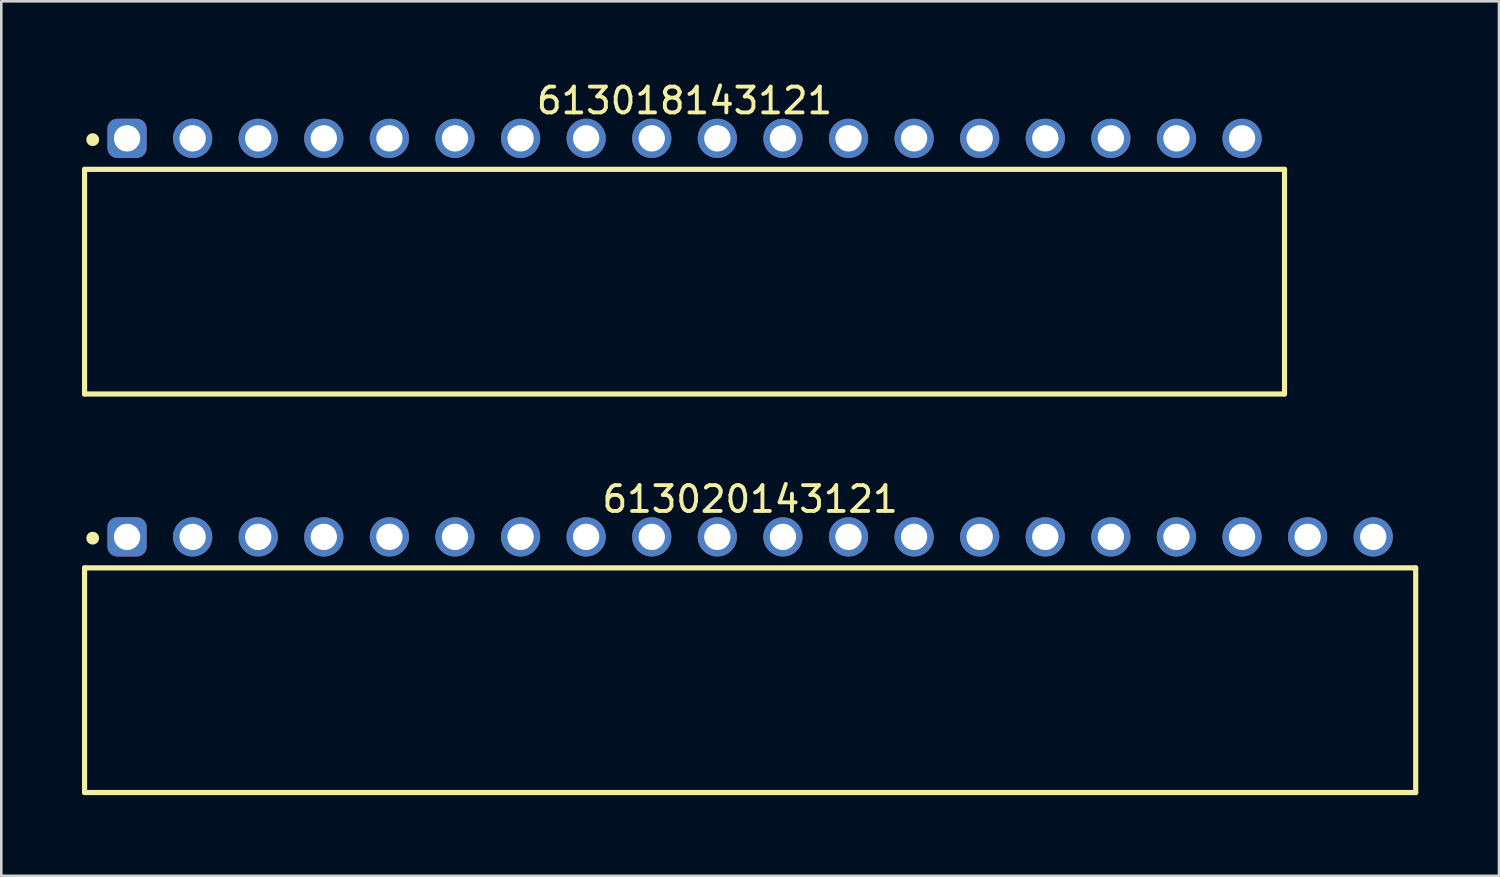
<source format=kicad_pcb>
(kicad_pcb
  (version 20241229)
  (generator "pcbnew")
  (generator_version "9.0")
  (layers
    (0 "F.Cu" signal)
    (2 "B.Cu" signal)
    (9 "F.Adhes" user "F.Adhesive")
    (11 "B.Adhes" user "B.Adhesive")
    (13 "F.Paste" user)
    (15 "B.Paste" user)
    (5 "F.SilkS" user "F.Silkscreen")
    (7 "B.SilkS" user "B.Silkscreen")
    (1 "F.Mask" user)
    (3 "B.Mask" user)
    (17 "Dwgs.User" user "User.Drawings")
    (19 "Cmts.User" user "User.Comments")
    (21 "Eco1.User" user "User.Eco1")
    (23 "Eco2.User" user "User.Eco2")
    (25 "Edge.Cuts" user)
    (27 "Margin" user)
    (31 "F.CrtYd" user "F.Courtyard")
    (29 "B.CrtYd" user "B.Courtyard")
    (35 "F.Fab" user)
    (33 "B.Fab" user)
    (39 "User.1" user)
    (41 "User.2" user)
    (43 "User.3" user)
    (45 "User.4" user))
  (footprint "613020143121"
    (layer "F.Cu")
    (at 26 23.292)
    (property "Reference" "613020143121" (at 0 -7.01 0) (layer "F.SilkS") (effects (font (size 1 1) (thickness 0.15))))
    (fp_line (start -25.775 -4.35) (end 25.775 -4.35) (stroke (width 0.2) (type solid)) (layer "F.SilkS"))
    (fp_line (start -25.775 4.35) (end -25.775 -4.35) (stroke (width 0.2) (type solid)) (layer "F.SilkS"))
    (fp_line (start -25.775 4.35) (end 25.775 4.35) (stroke (width 0.2) (type solid)) (layer "F.SilkS"))
    (fp_line (start 25.775 4.35) (end 25.775 -4.35) (stroke (width 0.2) (type solid)) (layer "F.SilkS"))
    (fp_circle (center -25.46 -5.5) (end -25.46 -5.625) (stroke (width 0.25) (type solid)) (fill no) (layer "F.SilkS"))
    (fp_line (start -25.975 -6.51) (end 25.975 -6.51) (stroke (width 0.05) (type solid)) (layer "Eco2.User"))
    (fp_line (start -25.975 4.55) (end -25.975 -6.51) (stroke (width 0.05) (type solid)) (layer "Eco2.User"))
    (fp_line (start -25.975 4.55) (end 25.975 4.55) (stroke (width 0.05) (type solid)) (layer "Eco2.User"))
    (fp_line (start -25.65 -4.25) (end 25.65 -4.25) (stroke (width 0.1) (type solid)) (layer "Eco2.User"))
    (fp_line (start -25.65 4.25) (end -25.65 -4.25) (stroke (width 0.1) (type solid)) (layer "Eco2.User"))
    (fp_line (start -25.65 4.25) (end 25.65 4.25) (stroke (width 0.1) (type solid)) (layer "Eco2.User"))
    (fp_line (start -24.5 -5.75) (end -23.76 -5.75) (stroke (width 0.1) (type solid)) (layer "Eco2.User"))
    (fp_line (start -24.5 -4.25) (end -24.5 -5.75) (stroke (width 0.1) (type solid)) (layer "Eco2.User"))
    (fp_line (start -23.76 -4.25) (end -23.76 -5.75) (stroke (width 0.1) (type solid)) (layer "Eco2.User"))
    (fp_line (start -21.96 -5.75) (end -21.22 -5.75) (stroke (width 0.1) (type solid)) (layer "Eco2.User"))
    (fp_line (start -21.96 -4.25) (end -21.96 -5.75) (stroke (width 0.1) (type solid)) (layer "Eco2.User"))
    (fp_line (start -21.22 -4.25) (end -21.22 -5.75) (stroke (width 0.1) (type solid)) (layer "Eco2.User"))
    (fp_line (start -19.42 -5.75) (end -18.68 -5.75) (stroke (width 0.1) (type solid)) (layer "Eco2.User"))
    (fp_line (start -19.42 -4.25) (end -19.42 -5.75) (stroke (width 0.1) (type solid)) (layer "Eco2.User"))
    (fp_line (start -18.68 -4.25) (end -18.68 -5.75) (stroke (width 0.1) (type solid)) (layer "Eco2.User"))
    (fp_line (start -16.88 -5.75) (end -16.14 -5.75) (stroke (width 0.1) (type solid)) (layer "Eco2.User"))
    (fp_line (start -16.88 -4.25) (end -16.88 -5.75) (stroke (width 0.1) (type solid)) (layer "Eco2.User"))
    (fp_line (start -16.14 -4.25) (end -16.14 -5.75) (stroke (width 0.1) (type solid)) (layer "Eco2.User"))
    (fp_line (start -14.34 -5.75) (end -13.6 -5.75) (stroke (width 0.1) (type solid)) (layer "Eco2.User"))
    (fp_line (start -14.34 -4.25) (end -14.34 -5.75) (stroke (width 0.1) (type solid)) (layer "Eco2.User"))
    (fp_line (start -13.6 -4.25) (end -13.6 -5.75) (stroke (width 0.1) (type solid)) (layer "Eco2.User"))
    (fp_line (start -11.8 -5.75) (end -11.06 -5.75) (stroke (width 0.1) (type solid)) (layer "Eco2.User"))
    (fp_line (start -11.8 -4.25) (end -11.8 -5.75) (stroke (width 0.1) (type solid)) (layer "Eco2.User"))
    (fp_line (start -11.06 -4.25) (end -11.06 -5.75) (stroke (width 0.1) (type solid)) (layer "Eco2.User"))
    (fp_line (start -9.26 -5.75) (end -8.52 -5.75) (stroke (width 0.1) (type solid)) (layer "Eco2.User"))
    (fp_line (start -9.26 -4.25) (end -9.26 -5.75) (stroke (width 0.1) (type solid)) (layer "Eco2.User"))
    (fp_line (start -8.52 -4.25) (end -8.52 -5.75) (stroke (width 0.1) (type solid)) (layer "Eco2.User"))
    (fp_line (start -6.72 -5.75) (end -5.98 -5.75) (stroke (width 0.1) (type solid)) (layer "Eco2.User"))
    (fp_line (start -6.72 -4.25) (end -6.72 -5.75) (stroke (width 0.1) (type solid)) (layer "Eco2.User"))
    (fp_line (start -5.98 -4.25) (end -5.98 -5.75) (stroke (width 0.1) (type solid)) (layer "Eco2.User"))
    (fp_line (start -4.18 -5.75) (end -3.44 -5.75) (stroke (width 0.1) (type solid)) (layer "Eco2.User"))
    (fp_line (start -4.18 -4.25) (end -4.18 -5.75) (stroke (width 0.1) (type solid)) (layer "Eco2.User"))
    (fp_line (start -3.44 -4.25) (end -3.44 -5.75) (stroke (width 0.1) (type solid)) (layer "Eco2.User"))
    (fp_line (start -1.64 -5.75) (end -0.9 -5.75) (stroke (width 0.1) (type solid)) (layer "Eco2.User"))
    (fp_line (start -1.64 -4.25) (end -1.64 -5.75) (stroke (width 0.1) (type solid)) (layer "Eco2.User"))
    (fp_line (start -0.9 -4.25) (end -0.9 -5.75) (stroke (width 0.1) (type solid)) (layer "Eco2.User"))
    (fp_line (start -0.5 0) (end 0.5 0) (stroke (width 0.05) (type solid)) (layer "Eco2.User"))
    (fp_line (start 0 0.5) (end 0 -0.5) (stroke (width 0.05) (type solid)) (layer "Eco2.User"))
    (fp_line (start 0.9 -5.75) (end 1.64 -5.75) (stroke (width 0.1) (type solid)) (layer "Eco2.User"))
    (fp_line (start 0.9 -4.25) (end 0.9 -5.75) (stroke (width 0.1) (type solid)) (layer "Eco2.User"))
    (fp_line (start 1.64 -4.25) (end 1.64 -5.75) (stroke (width 0.1) (type solid)) (layer "Eco2.User"))
    (fp_line (start 3.44 -5.75) (end 4.18 -5.75) (stroke (width 0.1) (type solid)) (layer "Eco2.User"))
    (fp_line (start 3.44 -4.25) (end 3.44 -5.75) (stroke (width 0.1) (type solid)) (layer "Eco2.User"))
    (fp_line (start 4.18 -4.25) (end 4.18 -5.75) (stroke (width 0.1) (type solid)) (layer "Eco2.User"))
    (fp_line (start 5.98 -5.75) (end 6.72 -5.75) (stroke (width 0.1) (type solid)) (layer "Eco2.User"))
    (fp_line (start 5.98 -4.25) (end 5.98 -5.75) (stroke (width 0.1) (type solid)) (layer "Eco2.User"))
    (fp_line (start 6.72 -4.25) (end 6.72 -5.75) (stroke (width 0.1) (type solid)) (layer "Eco2.User"))
    (fp_line (start 8.52 -5.75) (end 9.26 -5.75) (stroke (width 0.1) (type solid)) (layer "Eco2.User"))
    (fp_line (start 8.52 -4.25) (end 8.52 -5.75) (stroke (width 0.1) (type solid)) (layer "Eco2.User"))
    (fp_line (start 9.26 -4.25) (end 9.26 -5.75) (stroke (width 0.1) (type solid)) (layer "Eco2.User"))
    (fp_line (start 11.06 -5.75) (end 11.8 -5.75) (stroke (width 0.1) (type solid)) (layer "Eco2.User"))
    (fp_line (start 11.06 -4.25) (end 11.06 -5.75) (stroke (width 0.1) (type solid)) (layer "Eco2.User"))
    (fp_line (start 11.8 -4.25) (end 11.8 -5.75) (stroke (width 0.1) (type solid)) (layer "Eco2.User"))
    (fp_line (start 13.6 -5.75) (end 14.34 -5.75) (stroke (width 0.1) (type solid)) (layer "Eco2.User"))
    (fp_line (start 13.6 -4.25) (end 13.6 -5.75) (stroke (width 0.1) (type solid)) (layer "Eco2.User"))
    (fp_line (start 14.34 -4.25) (end 14.34 -5.75) (stroke (width 0.1) (type solid)) (layer "Eco2.User"))
    (fp_line (start 16.14 -5.75) (end 16.88 -5.75) (stroke (width 0.1) (type solid)) (layer "Eco2.User"))
    (fp_line (start 16.14 -4.25) (end 16.14 -5.75) (stroke (width 0.1) (type solid)) (layer "Eco2.User"))
    (fp_line (start 16.88 -4.25) (end 16.88 -5.75) (stroke (width 0.1) (type solid)) (layer "Eco2.User"))
    (fp_line (start 18.68 -5.75) (end 19.42 -5.75) (stroke (width 0.1) (type solid)) (layer "Eco2.User"))
    (fp_line (start 18.68 -4.25) (end 18.68 -5.75) (stroke (width 0.1) (type solid)) (layer "Eco2.User"))
    (fp_line (start 19.42 -4.25) (end 19.42 -5.75) (stroke (width 0.1) (type solid)) (layer "Eco2.User"))
    (fp_line (start 21.22 -5.75) (end 21.96 -5.75) (stroke (width 0.1) (type solid)) (layer "Eco2.User"))
    (fp_line (start 21.22 -4.25) (end 21.22 -5.75) (stroke (width 0.1) (type solid)) (layer "Eco2.User"))
    (fp_line (start 21.96 -4.25) (end 21.96 -5.75) (stroke (width 0.1) (type solid)) (layer "Eco2.User"))
    (fp_line (start 23.76 -5.75) (end 24.5 -5.75) (stroke (width 0.1) (type solid)) (layer "Eco2.User"))
    (fp_line (start 23.76 -4.25) (end 23.76 -5.75) (stroke (width 0.1) (type solid)) (layer "Eco2.User"))
    (fp_line (start 24.5 -4.25) (end 24.5 -5.75) (stroke (width 0.1) (type solid)) (layer "Eco2.User"))
    (fp_line (start 25.65 4.25) (end 25.65 -4.25) (stroke (width 0.1) (type solid)) (layer "Eco2.User"))
    (fp_line (start 25.975 4.55) (end 25.975 -6.51) (stroke (width 0.05) (type solid)) (layer "Eco2.User"))
    (fp_text user "${REFERENCE}" (at 0.15 -0.197 0) (unlocked yes) (layer "User.3") (effects (font (size 1.5 1.5) (thickness 0.15))))
    (pad "1" thru_hole roundrect (at -24.13 -5.55) (size 1.52 1.52) (drill 1.02) (layers "*.Cu" "*.Mask") (roundrect_rratio 0.25))
    (pad "2" thru_hole circle (at -21.59 -5.55) (size 1.52 1.52) (drill 1.02) (layers "*.Cu" "*.Mask"))
    (pad "3" thru_hole circle (at -19.05 -5.55) (size 1.52 1.52) (drill 1.02) (layers "*.Cu" "*.Mask"))
    (pad "4" thru_hole circle (at -16.51 -5.55) (size 1.52 1.52) (drill 1.02) (layers "*.Cu" "*.Mask"))
    (pad "5" thru_hole circle (at -13.97 -5.55) (size 1.52 1.52) (drill 1.02) (layers "*.Cu" "*.Mask"))
    (pad "6" thru_hole circle (at -11.43 -5.55) (size 1.52 1.52) (drill 1.02) (layers "*.Cu" "*.Mask"))
    (pad "7" thru_hole circle (at -8.89 -5.55) (size 1.52 1.52) (drill 1.02) (layers "*.Cu" "*.Mask"))
    (pad "8" thru_hole circle (at -6.35 -5.55) (size 1.52 1.52) (drill 1.02) (layers "*.Cu" "*.Mask"))
    (pad "9" thru_hole circle (at -3.81 -5.55) (size 1.52 1.52) (drill 1.02) (layers "*.Cu" "*.Mask"))
    (pad "10" thru_hole circle (at -1.27 -5.55) (size 1.52 1.52) (drill 1.02) (layers "*.Cu" "*.Mask"))
    (pad "11" thru_hole circle (at 1.27 -5.55) (size 1.52 1.52) (drill 1.02) (layers "*.Cu" "*.Mask"))
    (pad "12" thru_hole circle (at 3.81 -5.55) (size 1.52 1.52) (drill 1.02) (layers "*.Cu" "*.Mask"))
    (pad "13" thru_hole circle (at 6.35 -5.55) (size 1.52 1.52) (drill 1.02) (layers "*.Cu" "*.Mask"))
    (pad "14" thru_hole circle (at 8.89 -5.55) (size 1.52 1.52) (drill 1.02) (layers "*.Cu" "*.Mask"))
    (pad "15" thru_hole circle (at 11.43 -5.55) (size 1.52 1.52) (drill 1.02) (layers "*.Cu" "*.Mask"))
    (pad "16" thru_hole circle (at 13.97 -5.55) (size 1.52 1.52) (drill 1.02) (layers "*.Cu" "*.Mask"))
    (pad "17" thru_hole circle (at 16.51 -5.55) (size 1.52 1.52) (drill 1.02) (layers "*.Cu" "*.Mask"))
    (pad "18" thru_hole circle (at 19.05 -5.55) (size 1.52 1.52) (drill 1.02) (layers "*.Cu" "*.Mask"))
    (pad "19" thru_hole circle (at 21.59 -5.55) (size 1.52 1.52) (drill 1.02) (layers "*.Cu" "*.Mask"))
    (pad "20" thru_hole circle (at 24.13 -5.55) (size 1.52 1.52) (drill 1.02) (layers "*.Cu" "*.Mask")))
  (footprint "613018143121"
    (layer "F.Cu")
    (at 23.46 7.858)
    (property "Reference" "613018143121" (at 0 -7.01 0) (layer "F.SilkS") (effects (font (size 1 1) (thickness 0.15))))
    (fp_line (start -23.235 -4.35) (end 23.235 -4.35) (stroke (width 0.2) (type solid)) (layer "F.SilkS"))
    (fp_line (start -23.235 4.35) (end -23.235 -4.35) (stroke (width 0.2) (type solid)) (layer "F.SilkS"))
    (fp_line (start -23.235 4.35) (end 23.235 4.35) (stroke (width 0.2) (type solid)) (layer "F.SilkS"))
    (fp_line (start 23.235 4.35) (end 23.235 -4.35) (stroke (width 0.2) (type solid)) (layer "F.SilkS"))
    (fp_circle (center -22.92 -5.5) (end -22.92 -5.625) (stroke (width 0.25) (type solid)) (fill no) (layer "F.SilkS"))
    (fp_line (start -23.435 -6.51) (end 23.435 -6.51) (stroke (width 0.05) (type solid)) (layer "Eco2.User"))
    (fp_line (start -23.435 4.55) (end -23.435 -6.51) (stroke (width 0.05) (type solid)) (layer "Eco2.User"))
    (fp_line (start -23.435 4.55) (end 23.435 4.55) (stroke (width 0.05) (type solid)) (layer "Eco2.User"))
    (fp_line (start -23.11 -4.25) (end 23.11 -4.25) (stroke (width 0.1) (type solid)) (layer "Eco2.User"))
    (fp_line (start -23.11 4.25) (end -23.11 -4.25) (stroke (width 0.1) (type solid)) (layer "Eco2.User"))
    (fp_line (start -23.11 4.25) (end 23.11 4.25) (stroke (width 0.1) (type solid)) (layer "Eco2.User"))
    (fp_line (start -21.96 -5.75) (end -21.22 -5.75) (stroke (width 0.1) (type solid)) (layer "Eco2.User"))
    (fp_line (start -21.96 -4.25) (end -21.96 -5.75) (stroke (width 0.1) (type solid)) (layer "Eco2.User"))
    (fp_line (start -21.22 -4.25) (end -21.22 -5.75) (stroke (width 0.1) (type solid)) (layer "Eco2.User"))
    (fp_line (start -19.42 -5.75) (end -18.68 -5.75) (stroke (width 0.1) (type solid)) (layer "Eco2.User"))
    (fp_line (start -19.42 -4.25) (end -19.42 -5.75) (stroke (width 0.1) (type solid)) (layer "Eco2.User"))
    (fp_line (start -18.68 -4.25) (end -18.68 -5.75) (stroke (width 0.1) (type solid)) (layer "Eco2.User"))
    (fp_line (start -16.88 -5.75) (end -16.14 -5.75) (stroke (width 0.1) (type solid)) (layer "Eco2.User"))
    (fp_line (start -16.88 -4.25) (end -16.88 -5.75) (stroke (width 0.1) (type solid)) (layer "Eco2.User"))
    (fp_line (start -16.14 -4.25) (end -16.14 -5.75) (stroke (width 0.1) (type solid)) (layer "Eco2.User"))
    (fp_line (start -14.34 -5.75) (end -13.6 -5.75) (stroke (width 0.1) (type solid)) (layer "Eco2.User"))
    (fp_line (start -14.34 -4.25) (end -14.34 -5.75) (stroke (width 0.1) (type solid)) (layer "Eco2.User"))
    (fp_line (start -13.6 -4.25) (end -13.6 -5.75) (stroke (width 0.1) (type solid)) (layer "Eco2.User"))
    (fp_line (start -11.8 -5.75) (end -11.06 -5.75) (stroke (width 0.1) (type solid)) (layer "Eco2.User"))
    (fp_line (start -11.8 -4.25) (end -11.8 -5.75) (stroke (width 0.1) (type solid)) (layer "Eco2.User"))
    (fp_line (start -11.06 -4.25) (end -11.06 -5.75) (stroke (width 0.1) (type solid)) (layer "Eco2.User"))
    (fp_line (start -9.26 -5.75) (end -8.52 -5.75) (stroke (width 0.1) (type solid)) (layer "Eco2.User"))
    (fp_line (start -9.26 -4.25) (end -9.26 -5.75) (stroke (width 0.1) (type solid)) (layer "Eco2.User"))
    (fp_line (start -8.52 -4.25) (end -8.52 -5.75) (stroke (width 0.1) (type solid)) (layer "Eco2.User"))
    (fp_line (start -6.72 -5.75) (end -5.98 -5.75) (stroke (width 0.1) (type solid)) (layer "Eco2.User"))
    (fp_line (start -6.72 -4.25) (end -6.72 -5.75) (stroke (width 0.1) (type solid)) (layer "Eco2.User"))
    (fp_line (start -5.98 -4.25) (end -5.98 -5.75) (stroke (width 0.1) (type solid)) (layer "Eco2.User"))
    (fp_line (start -4.18 -5.75) (end -3.44 -5.75) (stroke (width 0.1) (type solid)) (layer "Eco2.User"))
    (fp_line (start -4.18 -4.25) (end -4.18 -5.75) (stroke (width 0.1) (type solid)) (layer "Eco2.User"))
    (fp_line (start -3.44 -4.25) (end -3.44 -5.75) (stroke (width 0.1) (type solid)) (layer "Eco2.User"))
    (fp_line (start -1.64 -5.75) (end -0.9 -5.75) (stroke (width 0.1) (type solid)) (layer "Eco2.User"))
    (fp_line (start -1.64 -4.25) (end -1.64 -5.75) (stroke (width 0.1) (type solid)) (layer "Eco2.User"))
    (fp_line (start -0.9 -4.25) (end -0.9 -5.75) (stroke (width 0.1) (type solid)) (layer "Eco2.User"))
    (fp_line (start -0.5 0) (end 0.5 0) (stroke (width 0.05) (type solid)) (layer "Eco2.User"))
    (fp_line (start 0 0.5) (end 0 -0.5) (stroke (width 0.05) (type solid)) (layer "Eco2.User"))
    (fp_line (start 0.9 -5.75) (end 1.64 -5.75) (stroke (width 0.1) (type solid)) (layer "Eco2.User"))
    (fp_line (start 0.9 -4.25) (end 0.9 -5.75) (stroke (width 0.1) (type solid)) (layer "Eco2.User"))
    (fp_line (start 1.64 -4.25) (end 1.64 -5.75) (stroke (width 0.1) (type solid)) (layer "Eco2.User"))
    (fp_line (start 3.44 -5.75) (end 4.18 -5.75) (stroke (width 0.1) (type solid)) (layer "Eco2.User"))
    (fp_line (start 3.44 -4.25) (end 3.44 -5.75) (stroke (width 0.1) (type solid)) (layer "Eco2.User"))
    (fp_line (start 4.18 -4.25) (end 4.18 -5.75) (stroke (width 0.1) (type solid)) (layer "Eco2.User"))
    (fp_line (start 5.98 -5.75) (end 6.72 -5.75) (stroke (width 0.1) (type solid)) (layer "Eco2.User"))
    (fp_line (start 5.98 -4.25) (end 5.98 -5.75) (stroke (width 0.1) (type solid)) (layer "Eco2.User"))
    (fp_line (start 6.72 -4.25) (end 6.72 -5.75) (stroke (width 0.1) (type solid)) (layer "Eco2.User"))
    (fp_line (start 8.52 -5.75) (end 9.26 -5.75) (stroke (width 0.1) (type solid)) (layer "Eco2.User"))
    (fp_line (start 8.52 -4.25) (end 8.52 -5.75) (stroke (width 0.1) (type solid)) (layer "Eco2.User"))
    (fp_line (start 9.26 -4.25) (end 9.26 -5.75) (stroke (width 0.1) (type solid)) (layer "Eco2.User"))
    (fp_line (start 11.06 -5.75) (end 11.8 -5.75) (stroke (width 0.1) (type solid)) (layer "Eco2.User"))
    (fp_line (start 11.06 -4.25) (end 11.06 -5.75) (stroke (width 0.1) (type solid)) (layer "Eco2.User"))
    (fp_line (start 11.8 -4.25) (end 11.8 -5.75) (stroke (width 0.1) (type solid)) (layer "Eco2.User"))
    (fp_line (start 13.6 -5.75) (end 14.34 -5.75) (stroke (width 0.1) (type solid)) (layer "Eco2.User"))
    (fp_line (start 13.6 -4.25) (end 13.6 -5.75) (stroke (width 0.1) (type solid)) (layer "Eco2.User"))
    (fp_line (start 14.34 -4.25) (end 14.34 -5.75) (stroke (width 0.1) (type solid)) (layer "Eco2.User"))
    (fp_line (start 16.14 -5.75) (end 16.88 -5.75) (stroke (width 0.1) (type solid)) (layer "Eco2.User"))
    (fp_line (start 16.14 -4.25) (end 16.14 -5.75) (stroke (width 0.1) (type solid)) (layer "Eco2.User"))
    (fp_line (start 16.88 -4.25) (end 16.88 -5.75) (stroke (width 0.1) (type solid)) (layer "Eco2.User"))
    (fp_line (start 18.68 -5.75) (end 19.42 -5.75) (stroke (width 0.1) (type solid)) (layer "Eco2.User"))
    (fp_line (start 18.68 -4.25) (end 18.68 -5.75) (stroke (width 0.1) (type solid)) (layer "Eco2.User"))
    (fp_line (start 19.42 -4.25) (end 19.42 -5.75) (stroke (width 0.1) (type solid)) (layer "Eco2.User"))
    (fp_line (start 21.22 -5.75) (end 21.96 -5.75) (stroke (width 0.1) (type solid)) (layer "Eco2.User"))
    (fp_line (start 21.22 -4.25) (end 21.22 -5.75) (stroke (width 0.1) (type solid)) (layer "Eco2.User"))
    (fp_line (start 21.96 -4.25) (end 21.96 -5.75) (stroke (width 0.1) (type solid)) (layer "Eco2.User"))
    (fp_line (start 23.11 4.25) (end 23.11 -4.25) (stroke (width 0.1) (type solid)) (layer "Eco2.User"))
    (fp_line (start 23.435 4.55) (end 23.435 -6.51) (stroke (width 0.05) (type solid)) (layer "Eco2.User"))
    (fp_text user "${REFERENCE}" (at 0.15 -0.197 0) (unlocked yes) (layer "User.3") (effects (font (size 1.5 1.5) (thickness 0.15))))
    (pad "1" thru_hole roundrect (at -21.59 -5.55) (size 1.52 1.52) (drill 1.02) (layers "*.Cu" "*.Mask") (roundrect_rratio 0.25))
    (pad "2" thru_hole circle (at -19.05 -5.55) (size 1.52 1.52) (drill 1.02) (layers "*.Cu" "*.Mask"))
    (pad "3" thru_hole circle (at -16.51 -5.55) (size 1.52 1.52) (drill 1.02) (layers "*.Cu" "*.Mask"))
    (pad "4" thru_hole circle (at -13.97 -5.55) (size 1.52 1.52) (drill 1.02) (layers "*.Cu" "*.Mask"))
    (pad "5" thru_hole circle (at -11.43 -5.55) (size 1.52 1.52) (drill 1.02) (layers "*.Cu" "*.Mask"))
    (pad "6" thru_hole circle (at -8.89 -5.55) (size 1.52 1.52) (drill 1.02) (layers "*.Cu" "*.Mask"))
    (pad "7" thru_hole circle (at -6.35 -5.55) (size 1.52 1.52) (drill 1.02) (layers "*.Cu" "*.Mask"))
    (pad "8" thru_hole circle (at -3.81 -5.55) (size 1.52 1.52) (drill 1.02) (layers "*.Cu" "*.Mask"))
    (pad "9" thru_hole circle (at -1.27 -5.55) (size 1.52 1.52) (drill 1.02) (layers "*.Cu" "*.Mask"))
    (pad "10" thru_hole circle (at 1.27 -5.55) (size 1.52 1.52) (drill 1.02) (layers "*.Cu" "*.Mask"))
    (pad "11" thru_hole circle (at 3.81 -5.55) (size 1.52 1.52) (drill 1.02) (layers "*.Cu" "*.Mask"))
    (pad "12" thru_hole circle (at 6.35 -5.55) (size 1.52 1.52) (drill 1.02) (layers "*.Cu" "*.Mask"))
    (pad "13" thru_hole circle (at 8.89 -5.55) (size 1.52 1.52) (drill 1.02) (layers "*.Cu" "*.Mask"))
    (pad "14" thru_hole circle (at 11.43 -5.55) (size 1.52 1.52) (drill 1.02) (layers "*.Cu" "*.Mask"))
    (pad "15" thru_hole circle (at 13.97 -5.55) (size 1.52 1.52) (drill 1.02) (layers "*.Cu" "*.Mask"))
    (pad "16" thru_hole circle (at 16.51 -5.55) (size 1.52 1.52) (drill 1.02) (layers "*.Cu" "*.Mask"))
    (pad "17" thru_hole circle (at 19.05 -5.55) (size 1.52 1.52) (drill 1.02) (layers "*.Cu" "*.Mask"))
    (pad "18" thru_hole circle (at 21.59 -5.55) (size 1.52 1.52) (drill 1.02) (layers "*.Cu" "*.Mask")))
  (gr_rect
    (start -3 -3)
    (end 55 30.867)
    (stroke (width 0.1) (type default))
    (fill no)
    (layer "Edge.Cuts")))
</source>
